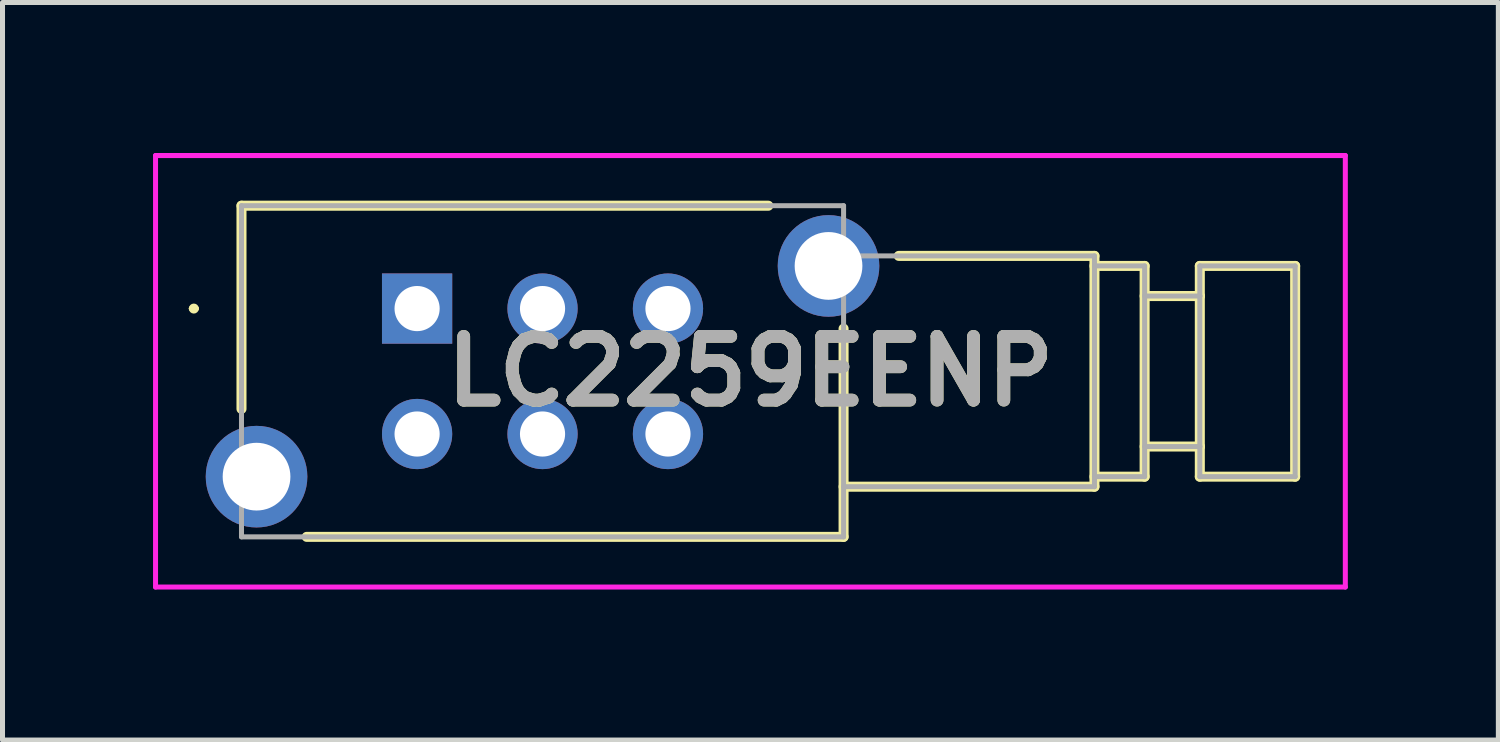
<source format=kicad_pcb>
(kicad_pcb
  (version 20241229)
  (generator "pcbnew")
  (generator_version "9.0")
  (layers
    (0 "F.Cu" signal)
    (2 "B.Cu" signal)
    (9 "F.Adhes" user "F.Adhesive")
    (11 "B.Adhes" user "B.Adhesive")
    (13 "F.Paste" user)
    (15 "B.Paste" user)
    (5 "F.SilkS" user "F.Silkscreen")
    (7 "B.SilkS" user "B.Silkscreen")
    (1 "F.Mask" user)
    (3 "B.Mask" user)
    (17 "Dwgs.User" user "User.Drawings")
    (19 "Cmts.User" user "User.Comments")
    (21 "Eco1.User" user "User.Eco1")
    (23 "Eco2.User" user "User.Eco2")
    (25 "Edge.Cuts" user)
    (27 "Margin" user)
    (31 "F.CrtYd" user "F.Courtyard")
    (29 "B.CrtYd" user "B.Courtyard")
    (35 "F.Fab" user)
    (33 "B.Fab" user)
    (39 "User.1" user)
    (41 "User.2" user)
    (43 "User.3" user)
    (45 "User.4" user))
  (footprint "LC2259EENP"
    (layer "F.Cu")
    (at 5.263 3.1)
    (property "Reference" "LC2259EENP" (at 6.644 1.25 0) (layer "F.SilkS") (effects (font (size 1.27 1.27) (thickness 0.254))))
    (attr through_hole)
    (fp_line (start -4.5 0) (end -4.5 0) (stroke (width 0.1) (type solid)) (layer "F.SilkS"))
    (fp_line (start -4.4 0) (end -4.4 0) (stroke (width 0.1) (type solid)) (layer "F.SilkS"))
    (fp_line (start -3.5 -2.05) (end 7 -2.05) (stroke (width 0.2) (type solid)) (layer "F.SilkS"))
    (fp_line (start -3.5 2) (end -3.5 -2.05) (stroke (width 0.2) (type solid)) (layer "F.SilkS"))
    (fp_line (start 8.5 0.4) (end 8.5 4.55) (stroke (width 0.2) (type solid)) (layer "F.SilkS"))
    (fp_line (start 8.5 4.55) (end -2.2 4.55) (stroke (width 0.2) (type solid)) (layer "F.SilkS"))
    (fp_line (start 9.6 -1.05) (end 13.5 -1.05) (stroke (width 0.2) (type solid)) (layer "F.SilkS"))
    (fp_line (start 13.5 -1.05) (end 13.5 3.55) (stroke (width 0.2) (type solid)) (layer "F.SilkS"))
    (fp_line (start 13.5 -0.85) (end 14.5 -0.85) (stroke (width 0.2) (type solid)) (layer "F.SilkS"))
    (fp_line (start 13.5 3.55) (end 8.5 3.55) (stroke (width 0.2) (type solid)) (layer "F.SilkS"))
    (fp_line (start 14.5 -0.85) (end 14.5 3.35) (stroke (width 0.2) (type solid)) (layer "F.SilkS"))
    (fp_line (start 14.5 -0.25) (end 15.6 -0.25) (stroke (width 0.2) (type solid)) (layer "F.SilkS"))
    (fp_line (start 14.5 3.35) (end 13.5 3.35) (stroke (width 0.2) (type solid)) (layer "F.SilkS"))
    (fp_line (start 15.6 -0.85) (end 17.5 -0.85) (stroke (width 0.2) (type solid)) (layer "F.SilkS"))
    (fp_line (start 15.6 -0.25) (end 15.6 -0.85) (stroke (width 0.2) (type solid)) (layer "F.SilkS"))
    (fp_line (start 15.6 -0.25) (end 15.6 2.75) (stroke (width 0.2) (type solid)) (layer "F.SilkS"))
    (fp_line (start 15.6 2.75) (end 14.5 2.75) (stroke (width 0.2) (type solid)) (layer "F.SilkS"))
    (fp_line (start 15.6 3.35) (end 15.6 2.75) (stroke (width 0.2) (type solid)) (layer "F.SilkS"))
    (fp_line (start 17.5 -0.85) (end 17.5 3.35) (stroke (width 0.2) (type solid)) (layer "F.SilkS"))
    (fp_line (start 17.5 3.35) (end 15.6 3.35) (stroke (width 0.2) (type solid)) (layer "F.SilkS"))
    (fp_arc (start -4.5 0) (mid -4.45 -0.05) (end -4.4 0) (stroke (width 0.1) (type solid)) (layer "F.SilkS"))
    (fp_arc (start -4.4 0) (mid -4.45 0.05) (end -4.5 0) (stroke (width 0.1) (type solid)) (layer "F.SilkS"))
    (fp_line (start -5.213 -3.05) (end 18.5 -3.05) (stroke (width 0.1) (type solid)) (layer "F.CrtYd"))
    (fp_line (start -5.213 5.55) (end -5.213 -3.05) (stroke (width 0.1) (type solid)) (layer "F.CrtYd"))
    (fp_line (start 18.5 -3.05) (end 18.5 5.55) (stroke (width 0.1) (type solid)) (layer "F.CrtYd"))
    (fp_line (start 18.5 5.55) (end -5.213 5.55) (stroke (width 0.1) (type solid)) (layer "F.CrtYd"))
    (fp_line (start -3.5 -2.05) (end 8.5 -2.05) (stroke (width 0.1) (type solid)) (layer "F.Fab"))
    (fp_line (start -3.5 4.55) (end -3.5 -2.05) (stroke (width 0.1) (type solid)) (layer "F.Fab"))
    (fp_line (start 8.5 -2.05) (end 8.5 4.55) (stroke (width 0.1) (type solid)) (layer "F.Fab"))
    (fp_line (start 8.5 -1.05) (end 13.5 -1.05) (stroke (width 0.1) (type solid)) (layer "F.Fab"))
    (fp_line (start 8.5 4.55) (end -3.5 4.55) (stroke (width 0.1) (type solid)) (layer "F.Fab"))
    (fp_line (start 13.5 -1.05) (end 13.5 3.55) (stroke (width 0.1) (type solid)) (layer "F.Fab"))
    (fp_line (start 13.5 -0.85) (end 14.5 -0.85) (stroke (width 0.1) (type solid)) (layer "F.Fab"))
    (fp_line (start 13.5 3.55) (end 8.5 3.55) (stroke (width 0.1) (type solid)) (layer "F.Fab"))
    (fp_line (start 14.5 -0.85) (end 14.5 3.35) (stroke (width 0.1) (type solid)) (layer "F.Fab"))
    (fp_line (start 14.5 -0.25) (end 15.6 -0.25) (stroke (width 0.1) (type solid)) (layer "F.Fab"))
    (fp_line (start 14.5 3.35) (end 13.5 3.35) (stroke (width 0.1) (type solid)) (layer "F.Fab"))
    (fp_line (start 15.6 -0.85) (end 17.5 -0.85) (stroke (width 0.1) (type solid)) (layer "F.Fab"))
    (fp_line (start 15.6 -0.25) (end 15.6 -0.85) (stroke (width 0.1) (type solid)) (layer "F.Fab"))
    (fp_line (start 15.6 -0.25) (end 15.6 2.75) (stroke (width 0.1) (type solid)) (layer "F.Fab"))
    (fp_line (start 15.6 2.75) (end 14.5 2.75) (stroke (width 0.1) (type solid)) (layer "F.Fab"))
    (fp_line (start 15.6 3.35) (end 15.6 2.75) (stroke (width 0.1) (type solid)) (layer "F.Fab"))
    (fp_line (start 17.5 -0.85) (end 17.5 3.35) (stroke (width 0.1) (type solid)) (layer "F.Fab"))
    (fp_line (start 17.5 3.35) (end 15.6 3.35) (stroke (width 0.1) (type solid)) (layer "F.Fab"))
    (fp_text user "${REFERENCE}" (at 6.644 1.25 0) (layer "F.Fab") (effects (font (size 1.27 1.27) (thickness 0.254))))
    (pad "1" thru_hole rect (at 0 0) (size 1.4 1.4) (drill 0.9) (layers "*.Cu" "*.Mask"))
    (pad "2" thru_hole circle (at 2.5 0) (size 1.4 1.4) (drill 0.9) (layers "*.Cu" "*.Mask"))
    (pad "3" thru_hole circle (at 5 0) (size 1.4 1.4) (drill 0.9) (layers "*.Cu" "*.Mask"))
    (pad "4" thru_hole circle (at 0 2.5) (size 1.4 1.4) (drill 0.9) (layers "*.Cu" "*.Mask"))
    (pad "5" thru_hole circle (at 2.5 2.5) (size 1.4 1.4) (drill 0.9) (layers "*.Cu" "*.Mask"))
    (pad "6" thru_hole circle (at 5 2.5) (size 1.4 1.4) (drill 0.9) (layers "*.Cu" "*.Mask"))
    (pad "MH1" thru_hole circle (at -3.2 3.35) (size 2.025 2.025) (drill 1.35) (layers "*.Cu" "*.Mask"))
    (pad "MH2" thru_hole circle (at 8.2 -0.85) (size 2.025 2.025) (drill 1.35) (layers "*.Cu" "*.Mask")))
  (gr_rect
    (start -3 -3)
    (end 26.813 11.7)
    (stroke (width 0.1) (type default))
    (fill no)
    (layer "Edge.Cuts")))
</source>
